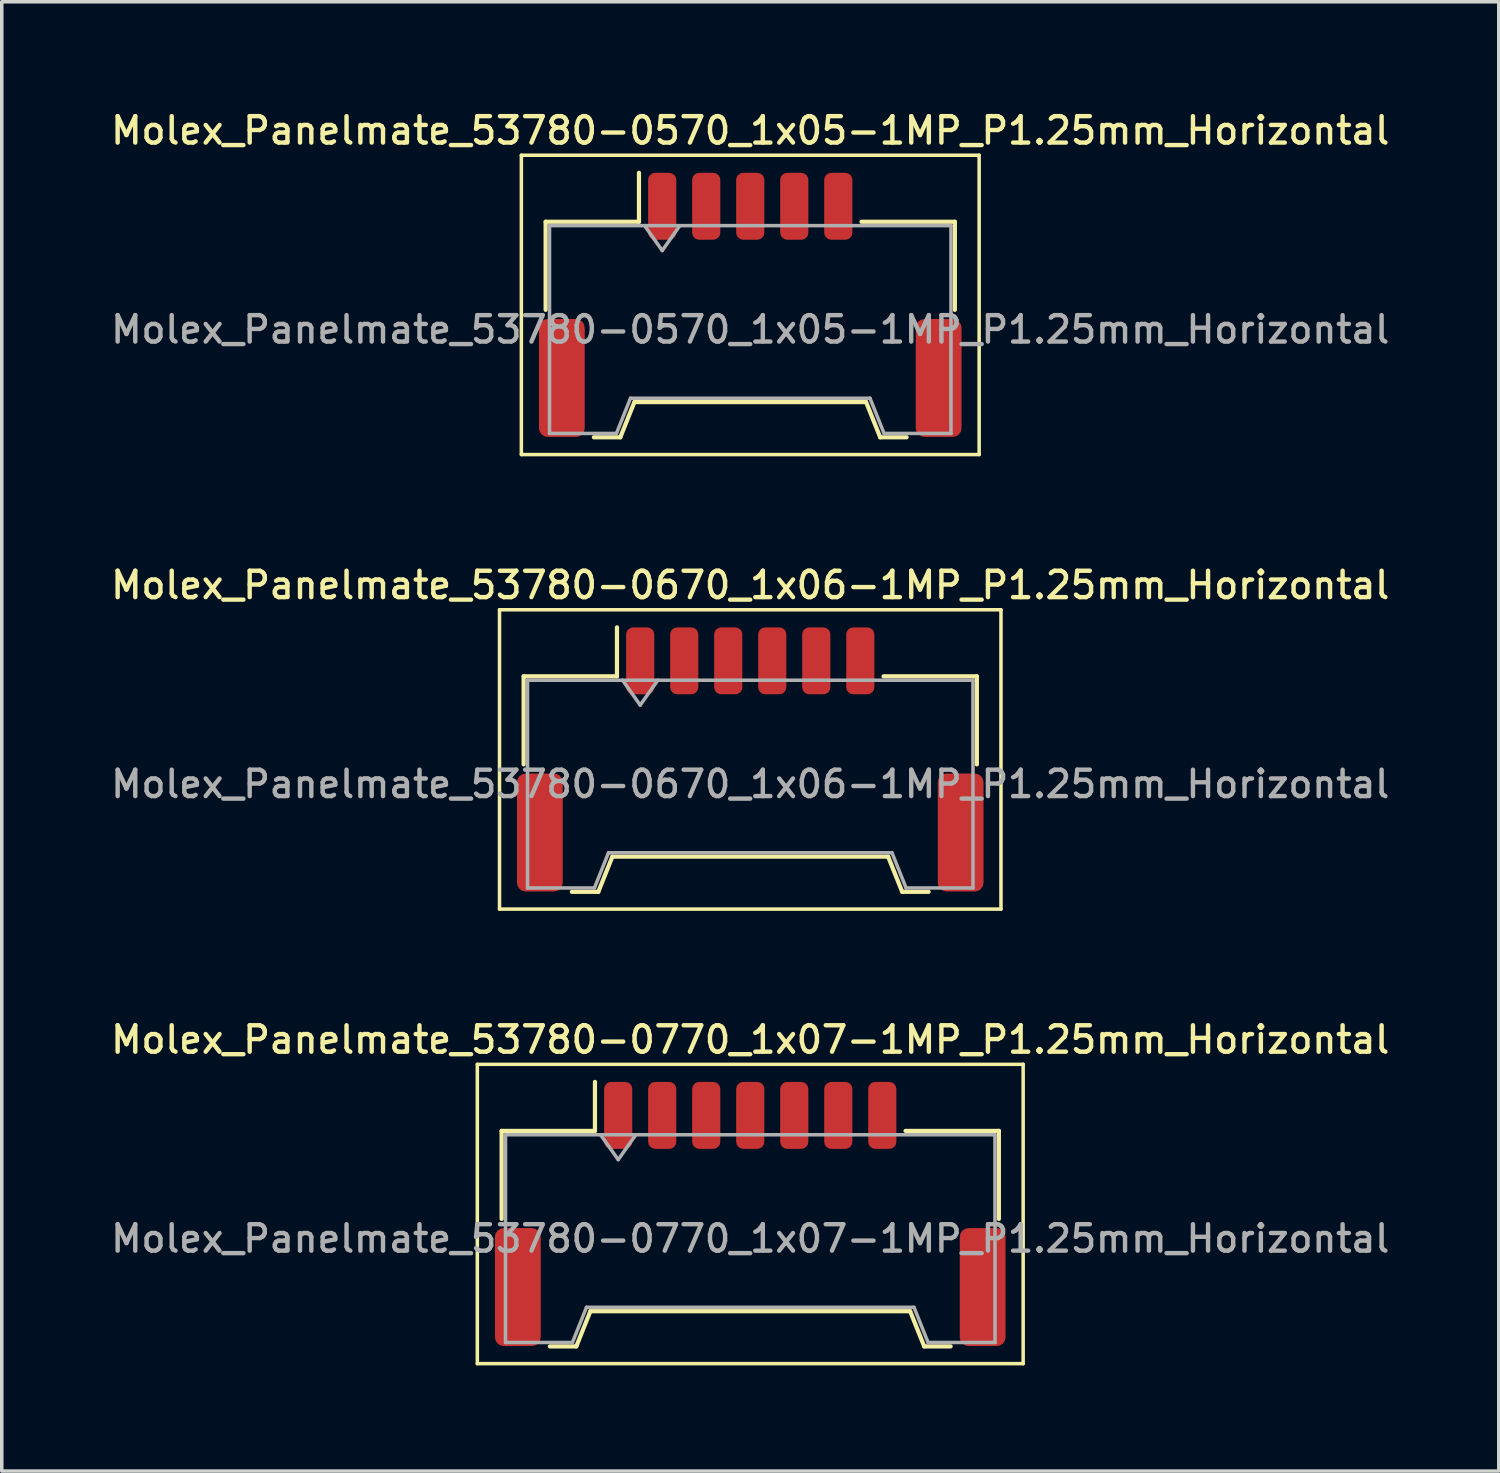
<source format=kicad_pcb>
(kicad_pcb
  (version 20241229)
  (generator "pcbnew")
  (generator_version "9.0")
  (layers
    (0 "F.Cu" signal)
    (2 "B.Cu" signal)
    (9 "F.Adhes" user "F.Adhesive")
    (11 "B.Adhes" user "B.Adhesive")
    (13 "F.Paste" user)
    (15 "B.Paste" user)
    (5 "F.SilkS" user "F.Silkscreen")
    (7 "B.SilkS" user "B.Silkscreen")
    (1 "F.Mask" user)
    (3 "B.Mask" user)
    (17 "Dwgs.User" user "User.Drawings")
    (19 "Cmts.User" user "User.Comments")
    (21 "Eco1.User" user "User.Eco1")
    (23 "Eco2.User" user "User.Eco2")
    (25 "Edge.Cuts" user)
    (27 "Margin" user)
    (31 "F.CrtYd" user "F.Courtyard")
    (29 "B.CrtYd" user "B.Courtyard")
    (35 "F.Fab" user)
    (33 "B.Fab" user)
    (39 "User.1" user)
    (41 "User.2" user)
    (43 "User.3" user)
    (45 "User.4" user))
  (footprint "Molex_Panelmate_53780-0570_1x05-1MP_P1.25mm_Horizontal"
    (layer "F.Cu")
    (at 18.255 5.608)
    (property "Reference" "Molex_Panelmate_53780-0570_1x05-1MP_P1.25mm_Horizontal" (at 0 -4.95 0) (layer "F.SilkS") (effects (font (size 0.75 0.75) (thickness 0.125))))
    (attr smd)
    (fp_line (start -6.5 -4.25) (end -6.5 4.25) (stroke (width 0.1) (type solid)) (layer "F.SilkS"))
    (fp_line (start -6.5 4.25) (end 6.5 4.25) (stroke (width 0.1) (type solid)) (layer "F.SilkS"))
    (fp_line (start -5.81 -2.36) (end -3.16 -2.36) (stroke (width 0.12) (type solid)) (layer "F.SilkS"))
    (fp_line (start -5.81 0.14) (end -5.81 -2.36) (stroke (width 0.12) (type solid)) (layer "F.SilkS"))
    (fp_line (start -4.44 3.76) (end -3.69 3.76) (stroke (width 0.12) (type solid)) (layer "F.SilkS"))
    (fp_line (start -3.69 3.76) (end -3.29 2.76) (stroke (width 0.12) (type solid)) (layer "F.SilkS"))
    (fp_line (start -3.29 2.76) (end 3.29 2.76) (stroke (width 0.12) (type solid)) (layer "F.SilkS"))
    (fp_line (start -3.16 -2.36) (end -3.16 -3.75) (stroke (width 0.12) (type solid)) (layer "F.SilkS"))
    (fp_line (start 3.29 2.76) (end 3.69 3.76) (stroke (width 0.12) (type solid)) (layer "F.SilkS"))
    (fp_line (start 3.69 3.76) (end 4.44 3.76) (stroke (width 0.12) (type solid)) (layer "F.SilkS"))
    (fp_line (start 5.81 -2.36) (end 3.16 -2.36) (stroke (width 0.12) (type solid)) (layer "F.SilkS"))
    (fp_line (start 5.81 0.14) (end 5.81 -2.36) (stroke (width 0.12) (type solid)) (layer "F.SilkS"))
    (fp_line (start 6.5 -4.25) (end -6.5 -4.25) (stroke (width 0.1) (type solid)) (layer "F.SilkS"))
    (fp_line (start 6.5 4.25) (end 6.5 -4.25) (stroke (width 0.1) (type solid)) (layer "F.SilkS"))
    (fp_line (start -5.7 -2.25) (end -5.7 3.65) (stroke (width 0.1) (type solid)) (layer "F.Fab"))
    (fp_line (start -5.7 -2.25) (end 5.7 -2.25) (stroke (width 0.1) (type solid)) (layer "F.Fab"))
    (fp_line (start -5.7 3.65) (end -3.8 3.65) (stroke (width 0.1) (type solid)) (layer "F.Fab"))
    (fp_line (start -3.8 3.65) (end -3.4 2.65) (stroke (width 0.1) (type solid)) (layer "F.Fab"))
    (fp_line (start -3.4 2.65) (end 3.4 2.65) (stroke (width 0.1) (type solid)) (layer "F.Fab"))
    (fp_line (start -3 -2.25) (end -2.5 -1.543) (stroke (width 0.1) (type solid)) (layer "F.Fab"))
    (fp_line (start -2.5 -1.543) (end -2 -2.25) (stroke (width 0.1) (type solid)) (layer "F.Fab"))
    (fp_line (start 3.4 2.65) (end 3.8 3.65) (stroke (width 0.1) (type solid)) (layer "F.Fab"))
    (fp_line (start 3.8 3.65) (end 5.7 3.65) (stroke (width 0.1) (type solid)) (layer "F.Fab"))
    (fp_line (start 5.7 -2.25) (end 5.7 3.65) (stroke (width 0.1) (type solid)) (layer "F.Fab"))
    (fp_text user "${REFERENCE}" (at 0 0.7 0) (layer "F.Fab") (effects (font (size 0.75 0.75) (thickness 0.125))))
    (pad "1" smd roundrect (at -2.5 -2.8) (size 0.8 1.9) (layers "F.Cu" "F.Mask" "F.Paste") (roundrect_rratio 0.25))
    (pad "2" smd roundrect (at -1.25 -2.8) (size 0.8 1.9) (layers "F.Cu" "F.Mask" "F.Paste") (roundrect_rratio 0.25))
    (pad "3" smd roundrect (at 0 -2.8) (size 0.8 1.9) (layers "F.Cu" "F.Mask" "F.Paste") (roundrect_rratio 0.25))
    (pad "4" smd roundrect (at 1.25 -2.8) (size 0.8 1.9) (layers "F.Cu" "F.Mask" "F.Paste") (roundrect_rratio 0.25))
    (pad "5" smd roundrect (at 2.5 -2.8) (size 0.8 1.9) (layers "F.Cu" "F.Mask" "F.Paste") (roundrect_rratio 0.25))
    (pad "MP" smd roundrect (at -5.35 2.075) (size 1.3 3.35) (layers "F.Cu" "F.Mask" "F.Paste") (roundrect_rratio 0.192))
    (pad "MP" smd roundrect (at 5.35 2.075) (size 1.3 3.35) (layers "F.Cu" "F.Mask" "F.Paste") (roundrect_rratio 0.192)))
  (footprint "Molex_Panelmate_53780-0770_1x07-1MP_P1.25mm_Horizontal"
    (layer "F.Cu")
    (at 18.255 31.424)
    (property "Reference" "Molex_Panelmate_53780-0770_1x07-1MP_P1.25mm_Horizontal" (at 0 -4.95 0) (layer "F.SilkS") (effects (font (size 0.75 0.75) (thickness 0.125))))
    (attr smd)
    (fp_line (start -7.75 -4.25) (end -7.75 4.25) (stroke (width 0.1) (type solid)) (layer "F.SilkS"))
    (fp_line (start -7.75 4.25) (end 7.75 4.25) (stroke (width 0.1) (type solid)) (layer "F.SilkS"))
    (fp_line (start -7.06 -2.36) (end -4.41 -2.36) (stroke (width 0.12) (type solid)) (layer "F.SilkS"))
    (fp_line (start -7.06 0.14) (end -7.06 -2.36) (stroke (width 0.12) (type solid)) (layer "F.SilkS"))
    (fp_line (start -5.69 3.76) (end -4.94 3.76) (stroke (width 0.12) (type solid)) (layer "F.SilkS"))
    (fp_line (start -4.94 3.76) (end -4.54 2.76) (stroke (width 0.12) (type solid)) (layer "F.SilkS"))
    (fp_line (start -4.54 2.76) (end 4.54 2.76) (stroke (width 0.12) (type solid)) (layer "F.SilkS"))
    (fp_line (start -4.41 -2.36) (end -4.41 -3.75) (stroke (width 0.12) (type solid)) (layer "F.SilkS"))
    (fp_line (start 4.54 2.76) (end 4.94 3.76) (stroke (width 0.12) (type solid)) (layer "F.SilkS"))
    (fp_line (start 4.94 3.76) (end 5.69 3.76) (stroke (width 0.12) (type solid)) (layer "F.SilkS"))
    (fp_line (start 7.06 -2.36) (end 4.41 -2.36) (stroke (width 0.12) (type solid)) (layer "F.SilkS"))
    (fp_line (start 7.06 0.14) (end 7.06 -2.36) (stroke (width 0.12) (type solid)) (layer "F.SilkS"))
    (fp_line (start 7.75 -4.25) (end -7.75 -4.25) (stroke (width 0.1) (type solid)) (layer "F.SilkS"))
    (fp_line (start 7.75 4.25) (end 7.75 -4.25) (stroke (width 0.1) (type solid)) (layer "F.SilkS"))
    (fp_line (start -6.95 -2.25) (end -6.95 3.65) (stroke (width 0.1) (type solid)) (layer "F.Fab"))
    (fp_line (start -6.95 -2.25) (end 6.95 -2.25) (stroke (width 0.1) (type solid)) (layer "F.Fab"))
    (fp_line (start -6.95 3.65) (end -5.05 3.65) (stroke (width 0.1) (type solid)) (layer "F.Fab"))
    (fp_line (start -5.05 3.65) (end -4.65 2.65) (stroke (width 0.1) (type solid)) (layer "F.Fab"))
    (fp_line (start -4.65 2.65) (end 4.65 2.65) (stroke (width 0.1) (type solid)) (layer "F.Fab"))
    (fp_line (start -4.25 -2.25) (end -3.75 -1.543) (stroke (width 0.1) (type solid)) (layer "F.Fab"))
    (fp_line (start -3.75 -1.543) (end -3.25 -2.25) (stroke (width 0.1) (type solid)) (layer "F.Fab"))
    (fp_line (start 4.65 2.65) (end 5.05 3.65) (stroke (width 0.1) (type solid)) (layer "F.Fab"))
    (fp_line (start 5.05 3.65) (end 6.95 3.65) (stroke (width 0.1) (type solid)) (layer "F.Fab"))
    (fp_line (start 6.95 -2.25) (end 6.95 3.65) (stroke (width 0.1) (type solid)) (layer "F.Fab"))
    (fp_text user "${REFERENCE}" (at 0 0.7 0) (layer "F.Fab") (effects (font (size 0.75 0.75) (thickness 0.125))))
    (pad "1" smd roundrect (at -3.75 -2.8) (size 0.8 1.9) (layers "F.Cu" "F.Mask" "F.Paste") (roundrect_rratio 0.25))
    (pad "2" smd roundrect (at -2.5 -2.8) (size 0.8 1.9) (layers "F.Cu" "F.Mask" "F.Paste") (roundrect_rratio 0.25))
    (pad "3" smd roundrect (at -1.25 -2.8) (size 0.8 1.9) (layers "F.Cu" "F.Mask" "F.Paste") (roundrect_rratio 0.25))
    (pad "4" smd roundrect (at 0 -2.8) (size 0.8 1.9) (layers "F.Cu" "F.Mask" "F.Paste") (roundrect_rratio 0.25))
    (pad "5" smd roundrect (at 1.25 -2.8) (size 0.8 1.9) (layers "F.Cu" "F.Mask" "F.Paste") (roundrect_rratio 0.25))
    (pad "6" smd roundrect (at 2.5 -2.8) (size 0.8 1.9) (layers "F.Cu" "F.Mask" "F.Paste") (roundrect_rratio 0.25))
    (pad "7" smd roundrect (at 3.75 -2.8) (size 0.8 1.9) (layers "F.Cu" "F.Mask" "F.Paste") (roundrect_rratio 0.25))
    (pad "MP" smd roundrect (at -6.6 2.075) (size 1.3 3.35) (layers "F.Cu" "F.Mask" "F.Paste") (roundrect_rratio 0.192))
    (pad "MP" smd roundrect (at 6.6 2.075) (size 1.3 3.35) (layers "F.Cu" "F.Mask" "F.Paste") (roundrect_rratio 0.192)))
  (footprint "Molex_Panelmate_53780-0670_1x06-1MP_P1.25mm_Horizontal"
    (layer "F.Cu")
    (at 18.255 18.516)
    (property "Reference" "Molex_Panelmate_53780-0670_1x06-1MP_P1.25mm_Horizontal" (at 0 -4.95 0) (layer "F.SilkS") (effects (font (size 0.75 0.75) (thickness 0.125))))
    (attr smd)
    (fp_line (start -7.12 -4.25) (end -7.12 4.25) (stroke (width 0.1) (type solid)) (layer "F.SilkS"))
    (fp_line (start -7.12 4.25) (end 7.12 4.25) (stroke (width 0.1) (type solid)) (layer "F.SilkS"))
    (fp_line (start -6.435 -2.36) (end -3.785 -2.36) (stroke (width 0.12) (type solid)) (layer "F.SilkS"))
    (fp_line (start -6.435 0.14) (end -6.435 -2.36) (stroke (width 0.12) (type solid)) (layer "F.SilkS"))
    (fp_line (start -5.065 3.76) (end -4.315 3.76) (stroke (width 0.12) (type solid)) (layer "F.SilkS"))
    (fp_line (start -4.315 3.76) (end -3.915 2.76) (stroke (width 0.12) (type solid)) (layer "F.SilkS"))
    (fp_line (start -3.915 2.76) (end 3.915 2.76) (stroke (width 0.12) (type solid)) (layer "F.SilkS"))
    (fp_line (start -3.785 -2.36) (end -3.785 -3.75) (stroke (width 0.12) (type solid)) (layer "F.SilkS"))
    (fp_line (start 3.915 2.76) (end 4.315 3.76) (stroke (width 0.12) (type solid)) (layer "F.SilkS"))
    (fp_line (start 4.315 3.76) (end 5.065 3.76) (stroke (width 0.12) (type solid)) (layer "F.SilkS"))
    (fp_line (start 6.435 -2.36) (end 3.785 -2.36) (stroke (width 0.12) (type solid)) (layer "F.SilkS"))
    (fp_line (start 6.435 0.14) (end 6.435 -2.36) (stroke (width 0.12) (type solid)) (layer "F.SilkS"))
    (fp_line (start 7.12 -4.25) (end -7.12 -4.25) (stroke (width 0.1) (type solid)) (layer "F.SilkS"))
    (fp_line (start 7.12 4.25) (end 7.12 -4.25) (stroke (width 0.1) (type solid)) (layer "F.SilkS"))
    (fp_line (start -6.325 -2.25) (end -6.325 3.65) (stroke (width 0.1) (type solid)) (layer "F.Fab"))
    (fp_line (start -6.325 -2.25) (end 6.325 -2.25) (stroke (width 0.1) (type solid)) (layer "F.Fab"))
    (fp_line (start -6.325 3.65) (end -4.425 3.65) (stroke (width 0.1) (type solid)) (layer "F.Fab"))
    (fp_line (start -4.425 3.65) (end -4.025 2.65) (stroke (width 0.1) (type solid)) (layer "F.Fab"))
    (fp_line (start -4.025 2.65) (end 4.025 2.65) (stroke (width 0.1) (type solid)) (layer "F.Fab"))
    (fp_line (start -3.625 -2.25) (end -3.125 -1.543) (stroke (width 0.1) (type solid)) (layer "F.Fab"))
    (fp_line (start -3.125 -1.543) (end -2.625 -2.25) (stroke (width 0.1) (type solid)) (layer "F.Fab"))
    (fp_line (start 4.025 2.65) (end 4.425 3.65) (stroke (width 0.1) (type solid)) (layer "F.Fab"))
    (fp_line (start 4.425 3.65) (end 6.325 3.65) (stroke (width 0.1) (type solid)) (layer "F.Fab"))
    (fp_line (start 6.325 -2.25) (end 6.325 3.65) (stroke (width 0.1) (type solid)) (layer "F.Fab"))
    (fp_text user "${REFERENCE}" (at 0 0.7 0) (layer "F.Fab") (effects (font (size 0.75 0.75) (thickness 0.125))))
    (pad "1" smd roundrect (at -3.125 -2.8) (size 0.8 1.9) (layers "F.Cu" "F.Mask" "F.Paste") (roundrect_rratio 0.25))
    (pad "2" smd roundrect (at -1.875 -2.8) (size 0.8 1.9) (layers "F.Cu" "F.Mask" "F.Paste") (roundrect_rratio 0.25))
    (pad "3" smd roundrect (at -0.625 -2.8) (size 0.8 1.9) (layers "F.Cu" "F.Mask" "F.Paste") (roundrect_rratio 0.25))
    (pad "4" smd roundrect (at 0.625 -2.8) (size 0.8 1.9) (layers "F.Cu" "F.Mask" "F.Paste") (roundrect_rratio 0.25))
    (pad "5" smd roundrect (at 1.875 -2.8) (size 0.8 1.9) (layers "F.Cu" "F.Mask" "F.Paste") (roundrect_rratio 0.25))
    (pad "6" smd roundrect (at 3.125 -2.8) (size 0.8 1.9) (layers "F.Cu" "F.Mask" "F.Paste") (roundrect_rratio 0.25))
    (pad "MP" smd roundrect (at -5.975 2.075) (size 1.3 3.35) (layers "F.Cu" "F.Mask" "F.Paste") (roundrect_rratio 0.192))
    (pad "MP" smd roundrect (at 5.975 2.075) (size 1.3 3.35) (layers "F.Cu" "F.Mask" "F.Paste") (roundrect_rratio 0.192)))
  (gr_rect
    (start -3 -3)
    (end 39.511 38.724)
    (stroke (width 0.1) (type default))
    (fill no)
    (layer "Edge.Cuts")))
</source>
